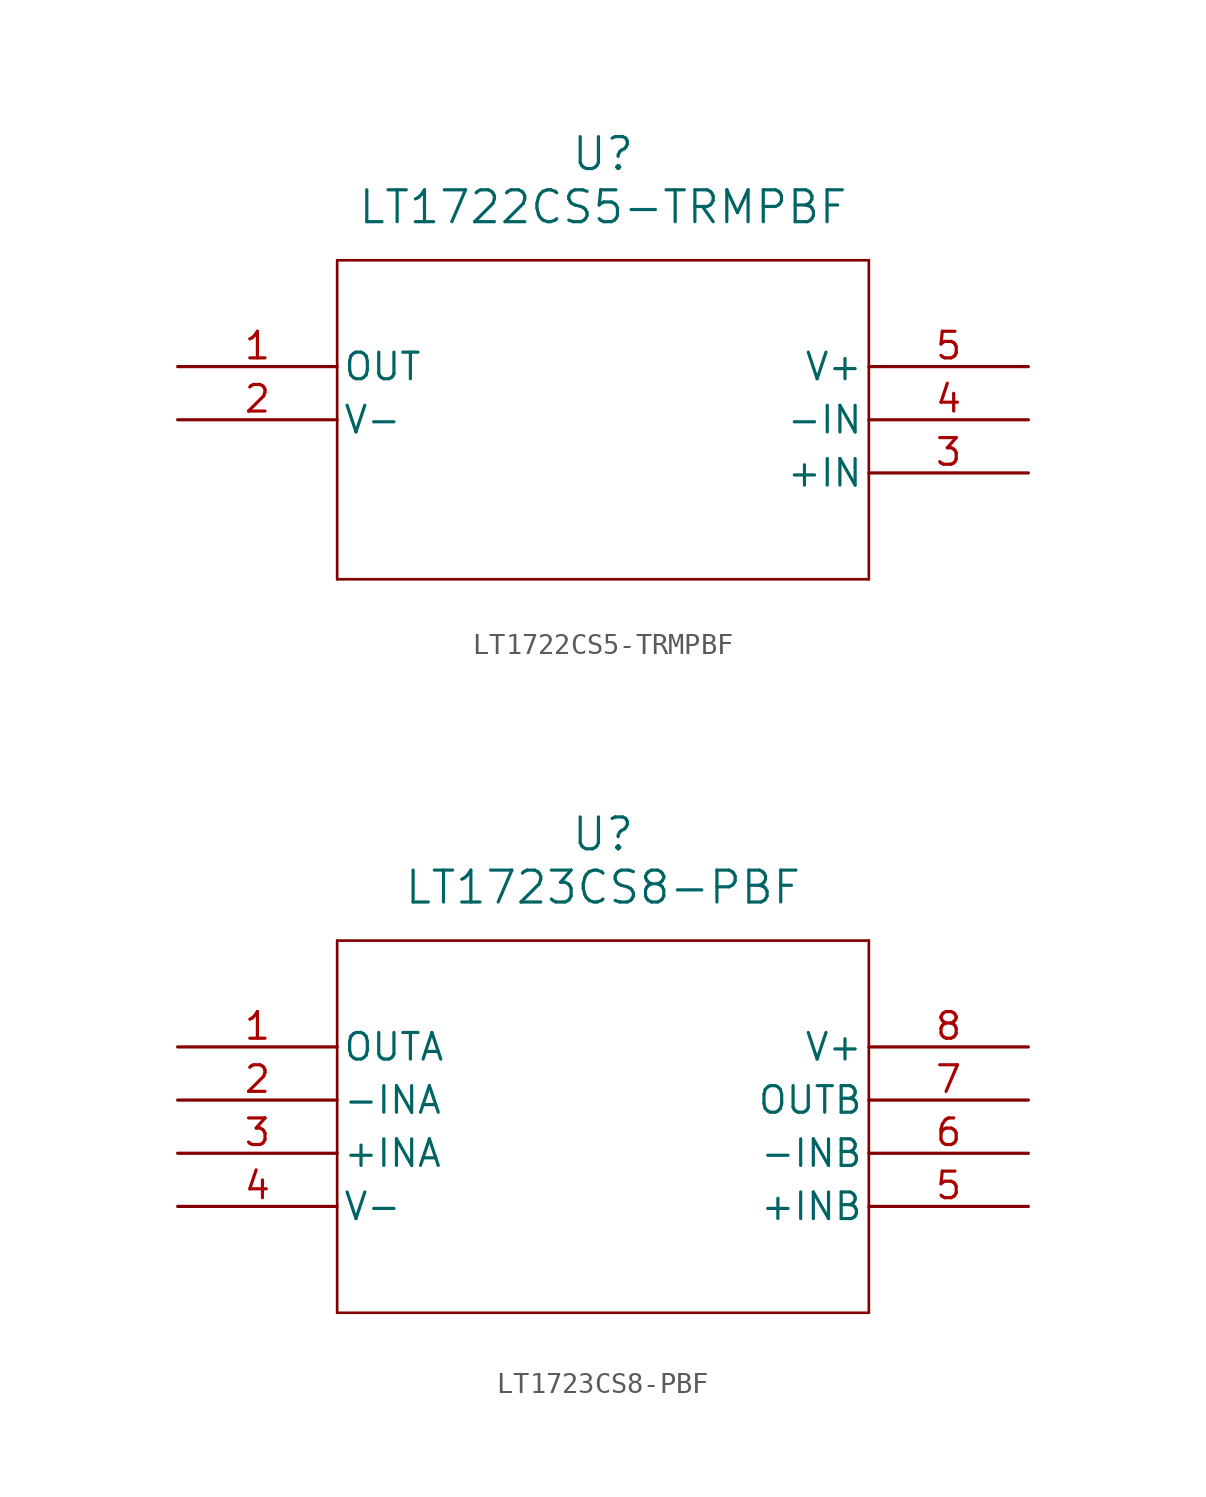
<source format=kicad_sym>
(kicad_symbol_lib
  (version 20241209)
  (generator "kicad_symbol_editor")
  (generator_version "9.0")
  (symbol "LT1722CS5-TRMPBF"
    (pin_names
      (offset 0.254))
    (property "Reference" "U"
      (at 20.32 10.16 0)
      (effects (font (size 1.524 1.524))))
    (property "Value" "LT1722CS5-TRMPBF"
      (at 20.32 7.62 0)
      (effects (font (size 1.524 1.524))))
    (property "ki_locked" ""
      (at 0 0 0)
      (effects (font (size 1.27 1.27))))
    (symbol "LT1722CS5-TRMPBF_0_1"
      (polyline (pts (xy 7.62 5.08) (xy 7.62 -10.16)) (stroke (width 0.127) (type default)) (fill (type none)))
      (polyline (pts (xy 7.62 -10.16) (xy 33.02 -10.16)) (stroke (width 0.127) (type default)) (fill (type none)))
      (polyline (pts (xy 33.02 5.08) (xy 7.62 5.08)) (stroke (width 0.127) (type default)) (fill (type none)))
      (polyline (pts (xy 33.02 -10.16) (xy 33.02 5.08)) (stroke (width 0.127) (type default)) (fill (type none)))
      (pin output line (at 0 0 0) (length 7.62) (name "OUT" (effects (font (size 1.27 1.27)))) (number "1" (effects (font (size 1.27 1.27)))))
      (pin power_in line (at 0 -2.54 0) (length 7.62) (name "V-" (effects (font (size 1.27 1.27)))) (number "2" (effects (font (size 1.27 1.27)))))
      (pin power_in line (at 40.64 0 180) (length 7.62) (name "V+" (effects (font (size 1.27 1.27)))) (number "5" (effects (font (size 1.27 1.27)))))
      (pin input line (at 40.64 -2.54 180) (length 7.62) (name "-IN" (effects (font (size 1.27 1.27)))) (number "4" (effects (font (size 1.27 1.27)))))
      (pin input line (at 40.64 -5.08 180) (length 7.62) (name "+IN" (effects (font (size 1.27 1.27)))) (number "3" (effects (font (size 1.27 1.27)))))))
  (symbol "LT1723CS8-PBF"
    (pin_names
      (offset 0.254))
    (property "Reference" "U"
      (at 20.32 10.16 0)
      (effects (font (size 1.524 1.524))))
    (property "Value" "LT1723CS8-PBF"
      (at 20.32 7.62 0)
      (effects (font (size 1.524 1.524))))
    (property "ki_locked" ""
      (at 0 0 0)
      (effects (font (size 1.27 1.27))))
    (symbol "LT1723CS8-PBF_0_1"
      (polyline (pts (xy 7.62 5.08) (xy 7.62 -12.7)) (stroke (width 0.127) (type default)) (fill (type none)))
      (polyline (pts (xy 7.62 -12.7) (xy 33.02 -12.7)) (stroke (width 0.127) (type default)) (fill (type none)))
      (polyline (pts (xy 33.02 5.08) (xy 7.62 5.08)) (stroke (width 0.127) (type default)) (fill (type none)))
      (polyline (pts (xy 33.02 -12.7) (xy 33.02 5.08)) (stroke (width 0.127) (type default)) (fill (type none)))
      (pin output line (at 0 0 0) (length 7.62) (name "OUTA" (effects (font (size 1.27 1.27)))) (number "1" (effects (font (size 1.27 1.27)))))
      (pin input line (at 0 -2.54 0) (length 7.62) (name "-INA" (effects (font (size 1.27 1.27)))) (number "2" (effects (font (size 1.27 1.27)))))
      (pin input line (at 0 -5.08 0) (length 7.62) (name "+INA" (effects (font (size 1.27 1.27)))) (number "3" (effects (font (size 1.27 1.27)))))
      (pin power_in line (at 0 -7.62 0) (length 7.62) (name "V-" (effects (font (size 1.27 1.27)))) (number "4" (effects (font (size 1.27 1.27)))))
      (pin power_in line (at 40.64 0 180) (length 7.62) (name "V+" (effects (font (size 1.27 1.27)))) (number "8" (effects (font (size 1.27 1.27)))))
      (pin output line (at 40.64 -2.54 180) (length 7.62) (name "OUTB" (effects (font (size 1.27 1.27)))) (number "7" (effects (font (size 1.27 1.27)))))
      (pin input line (at 40.64 -5.08 180) (length 7.62) (name "-INB" (effects (font (size 1.27 1.27)))) (number "6" (effects (font (size 1.27 1.27)))))
      (pin input line (at 40.64 -7.62 180) (length 7.62) (name "+INB" (effects (font (size 1.27 1.27)))) (number "5" (effects (font (size 1.27 1.27))))))))
</source>
